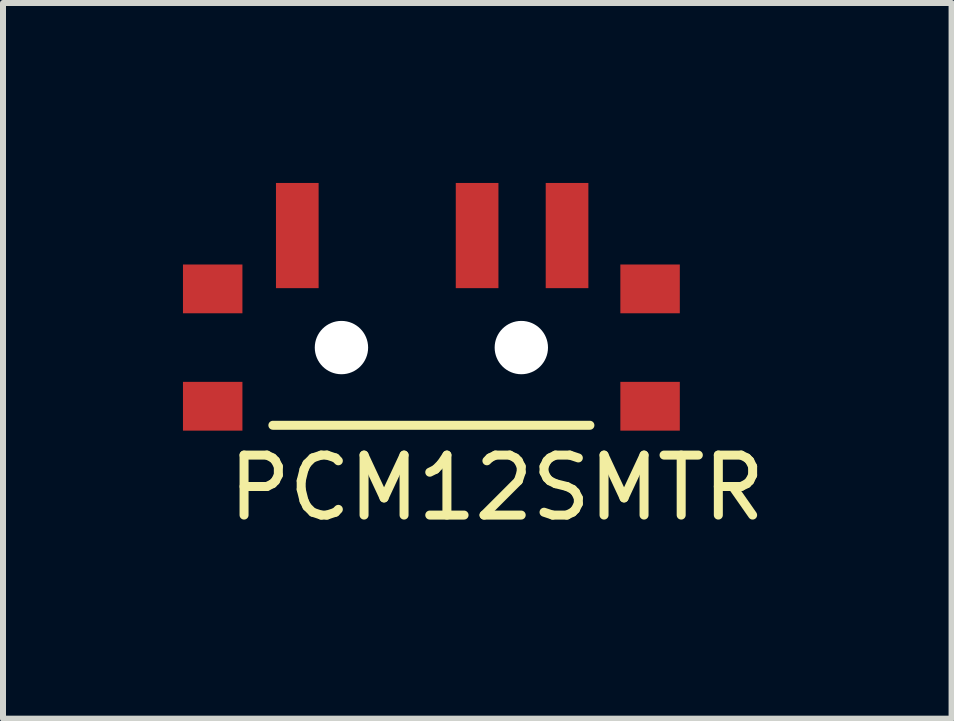
<source format=kicad_pcb>
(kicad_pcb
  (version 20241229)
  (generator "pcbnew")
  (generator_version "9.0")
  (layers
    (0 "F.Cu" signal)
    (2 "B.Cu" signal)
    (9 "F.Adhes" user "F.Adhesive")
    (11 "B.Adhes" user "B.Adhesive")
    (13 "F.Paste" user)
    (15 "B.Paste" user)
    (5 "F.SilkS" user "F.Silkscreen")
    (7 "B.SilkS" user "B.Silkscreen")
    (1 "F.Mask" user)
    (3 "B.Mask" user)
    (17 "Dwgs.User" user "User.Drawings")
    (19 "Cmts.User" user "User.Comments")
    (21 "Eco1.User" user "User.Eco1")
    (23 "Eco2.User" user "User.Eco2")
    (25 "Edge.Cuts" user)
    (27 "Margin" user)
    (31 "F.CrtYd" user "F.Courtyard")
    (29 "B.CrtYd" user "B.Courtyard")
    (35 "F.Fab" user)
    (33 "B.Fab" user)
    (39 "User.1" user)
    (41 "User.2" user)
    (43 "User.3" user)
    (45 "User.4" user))
  (footprint "PCM12SMTR"
    (layer "F.Cu")
    (at 4.14 2.743)
    (property "Reference" "PCM12SMTR" (at 1.092 2.337 0) (layer "F.SilkS") (effects (font (size 1 1) (thickness 0.15))))
    (attr through_hole)
    (fp_line (start -2.642 1.295) (end 2.642 1.295) (stroke (width 0.15) (type solid)) (layer "F.SilkS"))
    (pad "" smd rect (at -3.645 -0.978) (size 0.991 0.813) (layers "F.Cu" "F.Mask"))
    (pad "" smd rect (at -3.645 0.978) (size 0.991 0.813) (layers "F.Cu" "F.Mask"))
    (pad "" np_thru_hole circle (at -1.499 0) (size 0.889 0.889) (drill 0.889) (layers "*.Cu" "*.Mask"))
    (pad "" np_thru_hole circle (at 1.499 0) (size 0.889 0.889) (drill 0.889) (layers "*.Cu" "*.Mask"))
    (pad "" smd rect (at 3.645 -0.978) (size 0.991 0.813) (layers "F.Cu" "F.Mask"))
    (pad "" smd rect (at 3.645 0.978) (size 0.991 0.813) (layers "F.Cu" "F.Mask"))
    (pad "1" smd rect (at -2.235 -1.867) (size 0.711 1.753) (layers "F.Cu" "F.Mask"))
    (pad "2" smd rect (at 0.762 -1.867) (size 0.711 1.753) (layers "F.Cu" "F.Mask"))
    (pad "3" smd rect (at 2.261 -1.867) (size 0.711 1.753) (layers "F.Cu" "F.Mask")))
  (gr_rect
    (start -3 -3)
    (end 12.81 8.928)
    (stroke (width 0.1) (type default))
    (fill no)
    (layer "Edge.Cuts")))
</source>
